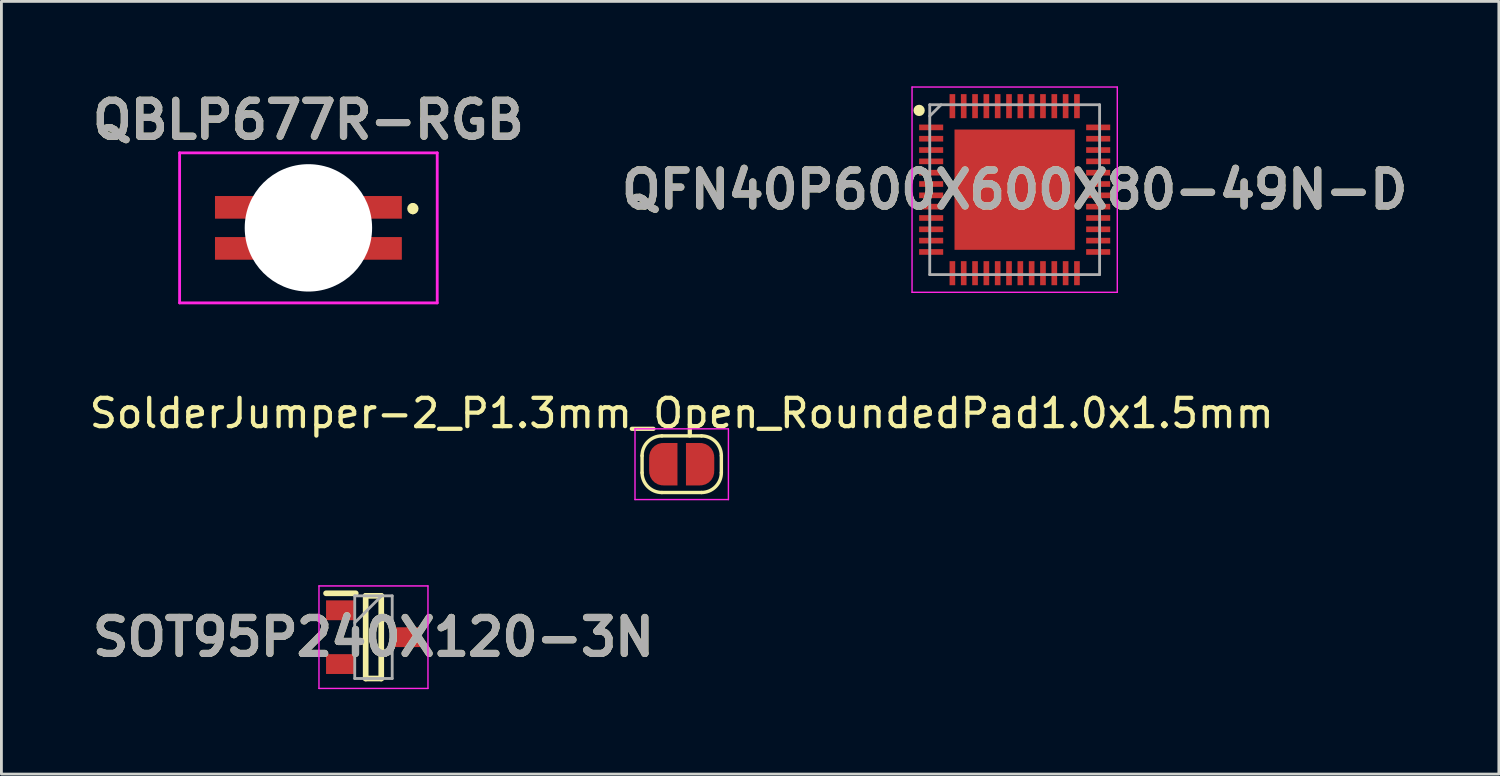
<source format=kicad_pcb>
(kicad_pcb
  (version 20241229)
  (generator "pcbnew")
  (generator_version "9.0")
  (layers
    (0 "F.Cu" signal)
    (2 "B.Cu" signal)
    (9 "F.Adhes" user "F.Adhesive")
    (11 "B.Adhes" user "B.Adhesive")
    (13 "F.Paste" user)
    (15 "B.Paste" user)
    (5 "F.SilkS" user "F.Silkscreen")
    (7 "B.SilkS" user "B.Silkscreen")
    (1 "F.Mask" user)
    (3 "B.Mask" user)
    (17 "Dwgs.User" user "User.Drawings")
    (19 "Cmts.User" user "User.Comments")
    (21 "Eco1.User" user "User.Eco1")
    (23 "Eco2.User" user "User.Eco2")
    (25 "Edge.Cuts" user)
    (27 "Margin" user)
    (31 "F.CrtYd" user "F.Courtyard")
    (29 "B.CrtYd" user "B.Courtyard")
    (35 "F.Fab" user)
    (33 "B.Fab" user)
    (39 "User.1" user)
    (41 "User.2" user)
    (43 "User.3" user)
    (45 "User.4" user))
  (footprint "QBLP677R-RGB"
    (layer "F.Cu")
    (at 7.844 4.999)
    (property "Reference" "QBLP677R-RGB" (at 0 -3.81 0) (layer "F.SilkS") (effects (font (size 1.27 1.27) (thickness 0.254))))
    (attr smd)
    (fp_line (start -1.6 -1.4) (end -1.6 -0.725) (stroke (width 0.1) (type solid)) (layer "F.SilkS"))
    (fp_line (start -1.6 0.725) (end -1.6 1.4) (stroke (width 0.1) (type solid)) (layer "F.SilkS"))
    (fp_line (start -1.6 1.4) (end -1.1 1.4) (stroke (width 0.1) (type solid)) (layer "F.SilkS"))
    (fp_line (start -1.1 -1.4) (end -1.6 -1.4) (stroke (width 0.1) (type solid)) (layer "F.SilkS"))
    (fp_line (start 1.1 -1.4) (end 1.6 -1.4) (stroke (width 0.1) (type solid)) (layer "F.SilkS"))
    (fp_line (start 1.1 1.4) (end 1.6 1.4) (stroke (width 0.1) (type solid)) (layer "F.SilkS"))
    (fp_line (start 1.6 -1.4) (end 1.6 -0.725) (stroke (width 0.1) (type solid)) (layer "F.SilkS"))
    (fp_line (start 1.6 1.4) (end 1.6 0.725) (stroke (width 0.1) (type solid)) (layer "F.SilkS"))
    (fp_arc (start 3.69 -0.78) (mid 3.79 -0.68) (end 3.69 -0.58) (stroke (width 0.2) (type solid)) (layer "F.SilkS"))
    (fp_arc (start 3.69 -0.58) (mid 3.59 -0.68) (end 3.69 -0.78) (stroke (width 0.2) (type solid)) (layer "F.SilkS"))
    (fp_line (start -4.55 -2.65) (end 4.55 -2.65) (stroke (width 0.1) (type solid)) (layer "F.CrtYd"))
    (fp_line (start -4.55 2.65) (end -4.55 -2.65) (stroke (width 0.1) (type solid)) (layer "F.CrtYd"))
    (fp_line (start 4.55 -2.65) (end 4.55 2.65) (stroke (width 0.1) (type solid)) (layer "F.CrtYd"))
    (fp_line (start 4.55 2.65) (end -4.55 2.65) (stroke (width 0.1) (type solid)) (layer "F.CrtYd"))
    (fp_line (start -1.6 -1.4) (end 1.6 -1.4) (stroke (width 0.2) (type solid)) (layer "F.Fab"))
    (fp_line (start -1.6 1.4) (end -1.6 -1.4) (stroke (width 0.2) (type solid)) (layer "F.Fab"))
    (fp_line (start 1.6 -1.4) (end 1.6 1.4) (stroke (width 0.2) (type solid)) (layer "F.Fab"))
    (fp_line (start 1.6 1.4) (end -1.6 1.4) (stroke (width 0.2) (type solid)) (layer "F.Fab"))
    (fp_text user "${REFERENCE}" (at 0 -3.81 0) (layer "F.Fab") (effects (font (size 1.27 1.27) (thickness 0.254))))
    (pad "" np_thru_hole circle (at 0 0) (size 4.5 4.5) (drill 4.5) (layers "*.Cu" "*.Mask"))
    (pad "1" smd rect (at 2.6 -0.725 90) (size 0.8 1.4) (layers "F.Cu" "F.Mask" "F.Paste"))
    (pad "2" smd rect (at -2.6 -0.725 90) (size 0.8 1.4) (layers "F.Cu" "F.Mask" "F.Paste"))
    (pad "3" smd rect (at -2.6 0.725 90) (size 0.8 1.4) (layers "F.Cu" "F.Mask" "F.Paste"))
    (pad "4" smd rect (at 2.6 0.725 90) (size 0.8 1.4) (layers "F.Cu" "F.Mask" "F.Paste")))
  (footprint "SOT95P240X120-3N"
    (layer "F.Cu")
    (at 10.142 19.457)
    (property "Reference" "SOT95P240X120-3N" (at 0 0 0) (layer "F.SilkS") (effects (font (size 1.27 1.27) (thickness 0.254))))
    (attr smd)
    (fp_line (start -1.675 -1.55) (end -0.625 -1.55) (stroke (width 0.2) (type solid)) (layer "F.SilkS"))
    (fp_line (start -0.275 -1.46) (end 0.275 -1.46) (stroke (width 0.2) (type solid)) (layer "F.SilkS"))
    (fp_line (start -0.275 1.46) (end -0.275 -1.46) (stroke (width 0.2) (type solid)) (layer "F.SilkS"))
    (fp_line (start 0.275 -1.46) (end 0.275 1.46) (stroke (width 0.2) (type solid)) (layer "F.SilkS"))
    (fp_line (start 0.275 1.46) (end -0.275 1.46) (stroke (width 0.2) (type solid)) (layer "F.SilkS"))
    (fp_line (start -1.925 -1.81) (end 1.925 -1.81) (stroke (width 0.05) (type solid)) (layer "F.CrtYd"))
    (fp_line (start -1.925 1.81) (end -1.925 -1.81) (stroke (width 0.05) (type solid)) (layer "F.CrtYd"))
    (fp_line (start 1.925 -1.81) (end 1.925 1.81) (stroke (width 0.05) (type solid)) (layer "F.CrtYd"))
    (fp_line (start 1.925 1.81) (end -1.925 1.81) (stroke (width 0.05) (type solid)) (layer "F.CrtYd"))
    (fp_line (start -0.662 -1.46) (end 0.662 -1.46) (stroke (width 0.1) (type solid)) (layer "F.Fab"))
    (fp_line (start -0.662 -0.51) (end 0.288 -1.46) (stroke (width 0.1) (type solid)) (layer "F.Fab"))
    (fp_line (start -0.662 1.46) (end -0.662 -1.46) (stroke (width 0.1) (type solid)) (layer "F.Fab"))
    (fp_line (start 0.662 -1.46) (end 0.662 1.46) (stroke (width 0.1) (type solid)) (layer "F.Fab"))
    (fp_line (start 0.662 1.46) (end -0.662 1.46) (stroke (width 0.1) (type solid)) (layer "F.Fab"))
    (fp_text user "${REFERENCE}" (at 0 0 0) (layer "F.Fab") (effects (font (size 1.27 1.27) (thickness 0.254))))
    (pad "1" smd rect (at -1.15 -0.95 90) (size 0.7 1.05) (layers "F.Cu" "F.Mask" "F.Paste"))
    (pad "2" smd rect (at -1.15 0.95 90) (size 0.7 1.05) (layers "F.Cu" "F.Mask" "F.Paste"))
    (pad "3" smd rect (at 1.15 0 90) (size 0.7 1.05) (layers "F.Cu" "F.Mask" "F.Paste")))
  (footprint "SolderJumper-2_P1.3mm_Open_RoundedPad1.0x1.5mm"
    (layer "F.Cu")
    (at 21.03 13.347)
    (property "Reference" "SolderJumper-2_P1.3mm_Open_RoundedPad1.0x1.5mm" (at 0 -1.8 0) (layer "F.SilkS") (effects (font (size 1 1) (thickness 0.15))))
    (attr exclude_from_pos_files exclude_from_bom)
    (fp_poly (pts (xy 0.25 -0.3) (xy -0.25 -0.3) (xy -0.25 0.3) (xy 0.25 0.3)) (stroke (width 0) (type solid)) (fill yes) (layer "F.Mask"))
    (fp_line (start -1.4 0.3) (end -1.4 -0.3) (stroke (width 0.12) (type solid)) (layer "F.SilkS"))
    (fp_line (start -0.7 -1) (end 0.7 -1) (stroke (width 0.12) (type solid)) (layer "F.SilkS"))
    (fp_line (start 0.7 1) (end -0.7 1) (stroke (width 0.12) (type solid)) (layer "F.SilkS"))
    (fp_line (start 1.4 -0.3) (end 1.4 0.3) (stroke (width 0.12) (type solid)) (layer "F.SilkS"))
    (fp_arc (start -1.4 -0.3) (mid -1.194975 -0.794975) (end -0.7 -1) (stroke (width 0.12) (type solid)) (layer "F.SilkS"))
    (fp_arc (start -0.7 1) (mid -1.194975 0.794975) (end -1.4 0.3) (stroke (width 0.12) (type solid)) (layer "F.SilkS"))
    (fp_arc (start 0.7 -1) (mid 1.194975 -0.794975) (end 1.4 -0.3) (stroke (width 0.12) (type solid)) (layer "F.SilkS"))
    (fp_arc (start 1.4 0.3) (mid 1.194975 0.794975) (end 0.7 1) (stroke (width 0.12) (type solid)) (layer "F.SilkS"))
    (fp_line (start -1.65 -1.25) (end -1.65 1.25) (stroke (width 0.05) (type solid)) (layer "F.CrtYd"))
    (fp_line (start -1.65 -1.25) (end 1.65 -1.25) (stroke (width 0.05) (type solid)) (layer "F.CrtYd"))
    (fp_line (start 1.65 1.25) (end -1.65 1.25) (stroke (width 0.05) (type solid)) (layer "F.CrtYd"))
    (fp_line (start 1.65 1.25) (end 1.65 -1.25) (stroke (width 0.05) (type solid)) (layer "F.CrtYd"))
    (pad "1" smd custom (at -0.65 0) (size 1 0.5) (layers "F.Cu" "F.Mask") (options (anchor rect)) (primitives (gr_circle (center 0 0.25) (end 0.5 0.25) (width 0) (fill yes)) (gr_circle (center 0 -0.25) (end 0.5 -0.25) (width 0) (fill yes)) (gr_poly (pts (xy 0.5 0.75) (xy 0 0.75) (xy 0 -0.75) (xy 0.5 -0.75)) (width 0) (fill yes))))
    (pad "2" smd custom (at 0.65 0) (size 1 0.5) (layers "F.Cu" "F.Mask") (options (anchor rect)) (primitives (gr_circle (center 0 0.25) (end 0.5 0.25) (width 0) (fill yes)) (gr_circle (center 0 -0.25) (end 0.5 -0.25) (width 0) (fill yes)) (gr_poly (pts (xy 0 0.75) (xy -0.5 0.75) (xy -0.5 -0.75) (xy 0 -0.75)) (width 0) (fill yes)))))
  (footprint "QFN40P600X600X80-49N-D"
    (layer "F.Cu")
    (at 32.791 3.65)
    (property "Reference" "QFN40P600X600X80-49N-D" (at 0 0 0) (layer "F.SilkS") (effects (font (size 1.27 1.27) (thickness 0.254))))
    (attr smd)
    (fp_circle (center -3.375 -2.8) (end -3.375 -2.7) (stroke (width 0.2) (type solid)) (fill no) (layer "F.SilkS"))
    (fp_line (start -3.625 -3.625) (end 3.625 -3.625) (stroke (width 0.05) (type solid)) (layer "F.CrtYd"))
    (fp_line (start -3.625 3.625) (end -3.625 -3.625) (stroke (width 0.05) (type solid)) (layer "F.CrtYd"))
    (fp_line (start 3.625 -3.625) (end 3.625 3.625) (stroke (width 0.05) (type solid)) (layer "F.CrtYd"))
    (fp_line (start 3.625 3.625) (end -3.625 3.625) (stroke (width 0.05) (type solid)) (layer "F.CrtYd"))
    (fp_line (start -3 -3) (end 3 -3) (stroke (width 0.1) (type solid)) (layer "F.Fab"))
    (fp_line (start -3 -2.6) (end -2.6 -3) (stroke (width 0.1) (type solid)) (layer "F.Fab"))
    (fp_line (start -3 3) (end -3 -3) (stroke (width 0.1) (type solid)) (layer "F.Fab"))
    (fp_line (start 3 -3) (end 3 3) (stroke (width 0.1) (type solid)) (layer "F.Fab"))
    (fp_line (start 3 3) (end -3 3) (stroke (width 0.1) (type solid)) (layer "F.Fab"))
    (fp_text user "${REFERENCE}" (at 0 0 0) (layer "F.Fab") (effects (font (size 1.27 1.27) (thickness 0.254))))
    (pad "1" smd rect (at -2.95 -2.2 90) (size 0.2 0.85) (layers "F.Cu" "F.Mask" "F.Paste"))
    (pad "2" smd rect (at -2.95 -1.8 90) (size 0.2 0.85) (layers "F.Cu" "F.Mask" "F.Paste"))
    (pad "3" smd rect (at -2.95 -1.4 90) (size 0.2 0.85) (layers "F.Cu" "F.Mask" "F.Paste"))
    (pad "4" smd rect (at -2.95 -1 90) (size 0.2 0.85) (layers "F.Cu" "F.Mask" "F.Paste"))
    (pad "5" smd rect (at -2.95 -0.6 90) (size 0.2 0.85) (layers "F.Cu" "F.Mask" "F.Paste"))
    (pad "6" smd rect (at -2.95 -0.2 90) (size 0.2 0.85) (layers "F.Cu" "F.Mask" "F.Paste"))
    (pad "7" smd rect (at -2.95 0.2 90) (size 0.2 0.85) (layers "F.Cu" "F.Mask" "F.Paste"))
    (pad "8" smd rect (at -2.95 0.6 90) (size 0.2 0.85) (layers "F.Cu" "F.Mask" "F.Paste"))
    (pad "9" smd rect (at -2.95 1 90) (size 0.2 0.85) (layers "F.Cu" "F.Mask" "F.Paste"))
    (pad "10" smd rect (at -2.95 1.4 90) (size 0.2 0.85) (layers "F.Cu" "F.Mask" "F.Paste"))
    (pad "11" smd rect (at -2.95 1.8 90) (size 0.2 0.85) (layers "F.Cu" "F.Mask" "F.Paste"))
    (pad "12" smd rect (at -2.95 2.2 90) (size 0.2 0.85) (layers "F.Cu" "F.Mask" "F.Paste"))
    (pad "13" smd rect (at -2.2 2.95) (size 0.2 0.85) (layers "F.Cu" "F.Mask" "F.Paste"))
    (pad "14" smd rect (at -1.8 2.95) (size 0.2 0.85) (layers "F.Cu" "F.Mask" "F.Paste"))
    (pad "15" smd rect (at -1.4 2.95) (size 0.2 0.85) (layers "F.Cu" "F.Mask" "F.Paste"))
    (pad "16" smd rect (at -1 2.95) (size 0.2 0.85) (layers "F.Cu" "F.Mask" "F.Paste"))
    (pad "17" smd rect (at -0.6 2.95) (size 0.2 0.85) (layers "F.Cu" "F.Mask" "F.Paste"))
    (pad "18" smd rect (at -0.2 2.95) (size 0.2 0.85) (layers "F.Cu" "F.Mask" "F.Paste"))
    (pad "19" smd rect (at 0.2 2.95) (size 0.2 0.85) (layers "F.Cu" "F.Mask" "F.Paste"))
    (pad "20" smd rect (at 0.6 2.95) (size 0.2 0.85) (layers "F.Cu" "F.Mask" "F.Paste"))
    (pad "21" smd rect (at 1 2.95) (size 0.2 0.85) (layers "F.Cu" "F.Mask" "F.Paste"))
    (pad "22" smd rect (at 1.4 2.95) (size 0.2 0.85) (layers "F.Cu" "F.Mask" "F.Paste"))
    (pad "23" smd rect (at 1.8 2.95) (size 0.2 0.85) (layers "F.Cu" "F.Mask" "F.Paste"))
    (pad "24" smd rect (at 2.2 2.95) (size 0.2 0.85) (layers "F.Cu" "F.Mask" "F.Paste"))
    (pad "25" smd rect (at 2.95 2.2 90) (size 0.2 0.85) (layers "F.Cu" "F.Mask" "F.Paste"))
    (pad "26" smd rect (at 2.95 1.8 90) (size 0.2 0.85) (layers "F.Cu" "F.Mask" "F.Paste"))
    (pad "27" smd rect (at 2.95 1.4 90) (size 0.2 0.85) (layers "F.Cu" "F.Mask" "F.Paste"))
    (pad "28" smd rect (at 2.95 1 90) (size 0.2 0.85) (layers "F.Cu" "F.Mask" "F.Paste"))
    (pad "29" smd rect (at 2.95 0.6 90) (size 0.2 0.85) (layers "F.Cu" "F.Mask" "F.Paste"))
    (pad "30" smd rect (at 2.95 0.2 90) (size 0.2 0.85) (layers "F.Cu" "F.Mask" "F.Paste"))
    (pad "31" smd rect (at 2.95 -0.2 90) (size 0.2 0.85) (layers "F.Cu" "F.Mask" "F.Paste"))
    (pad "32" smd rect (at 2.95 -0.6 90) (size 0.2 0.85) (layers "F.Cu" "F.Mask" "F.Paste"))
    (pad "33" smd rect (at 2.95 -1 90) (size 0.2 0.85) (layers "F.Cu" "F.Mask" "F.Paste"))
    (pad "34" smd rect (at 2.95 -1.4 90) (size 0.2 0.85) (layers "F.Cu" "F.Mask" "F.Paste"))
    (pad "35" smd rect (at 2.95 -1.8 90) (size 0.2 0.85) (layers "F.Cu" "F.Mask" "F.Paste"))
    (pad "36" smd rect (at 2.95 -2.2 90) (size 0.2 0.85) (layers "F.Cu" "F.Mask" "F.Paste"))
    (pad "37" smd rect (at 2.2 -2.95) (size 0.2 0.85) (layers "F.Cu" "F.Mask" "F.Paste"))
    (pad "38" smd rect (at 1.8 -2.95) (size 0.2 0.85) (layers "F.Cu" "F.Mask" "F.Paste"))
    (pad "39" smd rect (at 1.4 -2.95) (size 0.2 0.85) (layers "F.Cu" "F.Mask" "F.Paste"))
    (pad "40" smd rect (at 1 -2.95) (size 0.2 0.85) (layers "F.Cu" "F.Mask" "F.Paste"))
    (pad "41" smd rect (at 0.6 -2.95) (size 0.2 0.85) (layers "F.Cu" "F.Mask" "F.Paste"))
    (pad "42" smd rect (at 0.2 -2.95) (size 0.2 0.85) (layers "F.Cu" "F.Mask" "F.Paste"))
    (pad "43" smd rect (at -0.2 -2.95) (size 0.2 0.85) (layers "F.Cu" "F.Mask" "F.Paste"))
    (pad "44" smd rect (at -0.6 -2.95) (size 0.2 0.85) (layers "F.Cu" "F.Mask" "F.Paste"))
    (pad "45" smd rect (at -1 -2.95) (size 0.2 0.85) (layers "F.Cu" "F.Mask" "F.Paste"))
    (pad "46" smd rect (at -1.4 -2.95) (size 0.2 0.85) (layers "F.Cu" "F.Mask" "F.Paste"))
    (pad "47" smd rect (at -1.8 -2.95) (size 0.2 0.85) (layers "F.Cu" "F.Mask" "F.Paste"))
    (pad "48" smd rect (at -2.2 -2.95) (size 0.2 0.85) (layers "F.Cu" "F.Mask" "F.Paste"))
    (pad "49" smd rect (at 0 0) (size 4.25 4.25) (layers "F.Cu" "F.Mask" "F.Paste")))
  (gr_rect
    (start -3 -3)
    (end 49.894 24.292)
    (stroke (width 0.1) (type default))
    (fill no)
    (layer "Edge.Cuts")))
</source>
